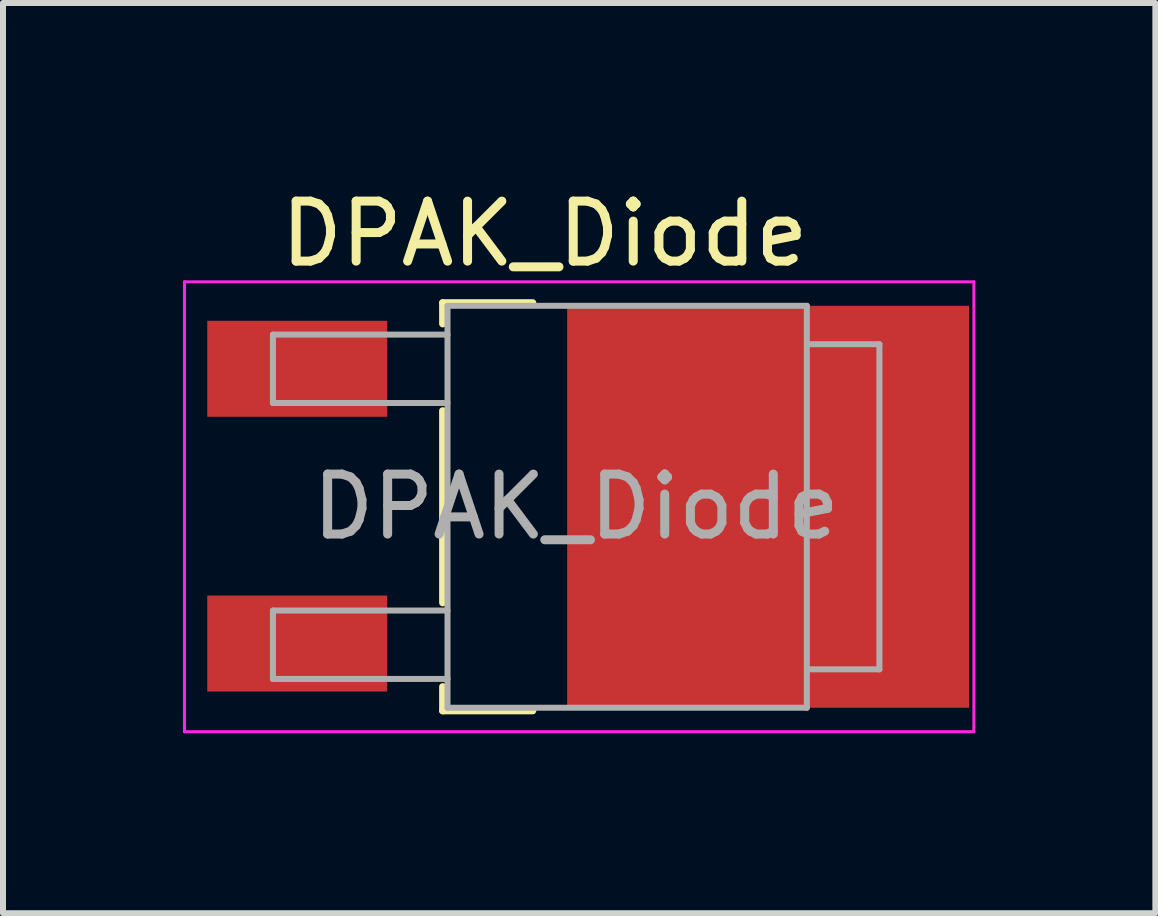
<source format=kicad_pcb>
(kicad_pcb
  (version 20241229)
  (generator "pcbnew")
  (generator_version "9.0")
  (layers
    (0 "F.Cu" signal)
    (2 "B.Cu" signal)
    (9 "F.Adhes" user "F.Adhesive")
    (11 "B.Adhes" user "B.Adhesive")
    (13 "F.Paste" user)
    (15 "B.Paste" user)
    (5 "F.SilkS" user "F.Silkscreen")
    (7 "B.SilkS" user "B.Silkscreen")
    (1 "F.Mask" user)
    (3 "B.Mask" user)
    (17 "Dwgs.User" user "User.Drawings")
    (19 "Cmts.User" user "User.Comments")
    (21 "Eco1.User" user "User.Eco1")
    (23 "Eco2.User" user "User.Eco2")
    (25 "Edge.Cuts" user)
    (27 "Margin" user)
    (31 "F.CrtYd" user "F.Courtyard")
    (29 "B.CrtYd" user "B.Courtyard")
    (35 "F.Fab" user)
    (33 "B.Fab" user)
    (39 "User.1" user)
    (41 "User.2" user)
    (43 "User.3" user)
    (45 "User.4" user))
  (footprint "DPAK_Diode"
    (layer "F.Cu")
    (at 6.605 5.398)
    (property "Reference" "DPAK_Diode" (at -0.575 -4.55 0) (layer "F.SilkS") (effects (font (size 1 1) (thickness 0.15))))
    (attr smd)
    (fp_line (start -2.275 -3.4) (end -0.775 -3.4) (stroke (width 0.12) (type solid)) (layer "F.SilkS"))
    (fp_line (start -2.275 -3.05) (end -2.275 -3.4) (stroke (width 0.12) (type solid)) (layer "F.SilkS"))
    (fp_line (start -2.275 1.6) (end -2.275 -1.6) (stroke (width 0.12) (type solid)) (layer "F.SilkS"))
    (fp_line (start -2.275 3.4) (end -2.275 3) (stroke (width 0.12) (type solid)) (layer "F.SilkS"))
    (fp_line (start -0.775 3.4) (end -2.275 3.4) (stroke (width 0.12) (type solid)) (layer "F.SilkS"))
    (fp_line (start -6.58 3.75) (end -6.58 -3.75) (stroke (width 0.05) (type solid)) (layer "F.CrtYd"))
    (fp_line (start -6.58 3.75) (end 6.58 3.75) (stroke (width 0.05) (type solid)) (layer "F.CrtYd"))
    (fp_line (start 6.58 -3.75) (end -6.58 -3.75) (stroke (width 0.05) (type solid)) (layer "F.CrtYd"))
    (fp_line (start 6.58 -3.75) (end 6.58 3.75) (stroke (width 0.05) (type solid)) (layer "F.CrtYd"))
    (fp_line (start -5.105 -2.87) (end -5.105 -1.73) (stroke (width 0.1) (type solid)) (layer "F.Fab"))
    (fp_line (start -5.105 -1.73) (end -2.195 -1.73) (stroke (width 0.1) (type solid)) (layer "F.Fab"))
    (fp_line (start -5.105 1.73) (end -5.105 2.87) (stroke (width 0.1) (type solid)) (layer "F.Fab"))
    (fp_line (start -5.105 2.87) (end -2.195 2.87) (stroke (width 0.1) (type solid)) (layer "F.Fab"))
    (fp_line (start -2.195 -2.87) (end -5.105 -2.87) (stroke (width 0.1) (type solid)) (layer "F.Fab"))
    (fp_line (start -2.195 1.73) (end -5.105 1.73) (stroke (width 0.1) (type solid)) (layer "F.Fab"))
    (fp_line (start -2.195 3.35) (end -2.195 -3.35) (stroke (width 0.1) (type solid)) (layer "F.Fab"))
    (fp_line (start -2.195 3.35) (end 3.795 3.35) (stroke (width 0.1) (type solid)) (layer "F.Fab"))
    (fp_line (start 3.795 -3.35) (end -2.195 -3.35) (stroke (width 0.1) (type solid)) (layer "F.Fab"))
    (fp_line (start 3.795 3.35) (end 3.795 -3.35) (stroke (width 0.1) (type solid)) (layer "F.Fab"))
    (fp_line (start 3.805 -2.71) (end 5.005 -2.71) (stroke (width 0.1) (type solid)) (layer "F.Fab"))
    (fp_line (start 5.005 -2.71) (end 5.005 2.71) (stroke (width 0.1) (type solid)) (layer "F.Fab"))
    (fp_line (start 5.005 2.71) (end 3.795 2.71) (stroke (width 0.1) (type solid)) (layer "F.Fab"))
    (fp_text user "${REFERENCE}" (at -0.05 0 0) (layer "F.Fab") (effects (font (size 1 1) (thickness 0.15))))
    (pad "" smd rect (at -4.7 -2.3 270) (size 1.6 3) (layers "F.Cu" "F.Mask" "F.Paste"))
    (pad "1" smd rect (at -4.7 2.28 270) (size 1.6 3) (layers "F.Cu" "F.Mask" "F.Paste"))
    (pad "2" smd rect (at 3.15 0 270) (size 6.7 6.7) (layers "F.Cu" "F.Mask" "F.Paste")))
  (gr_rect
    (start -3 -3)
    (end 16.21 12.173)
    (stroke (width 0.1) (type default))
    (fill no)
    (layer "Edge.Cuts")))
</source>
